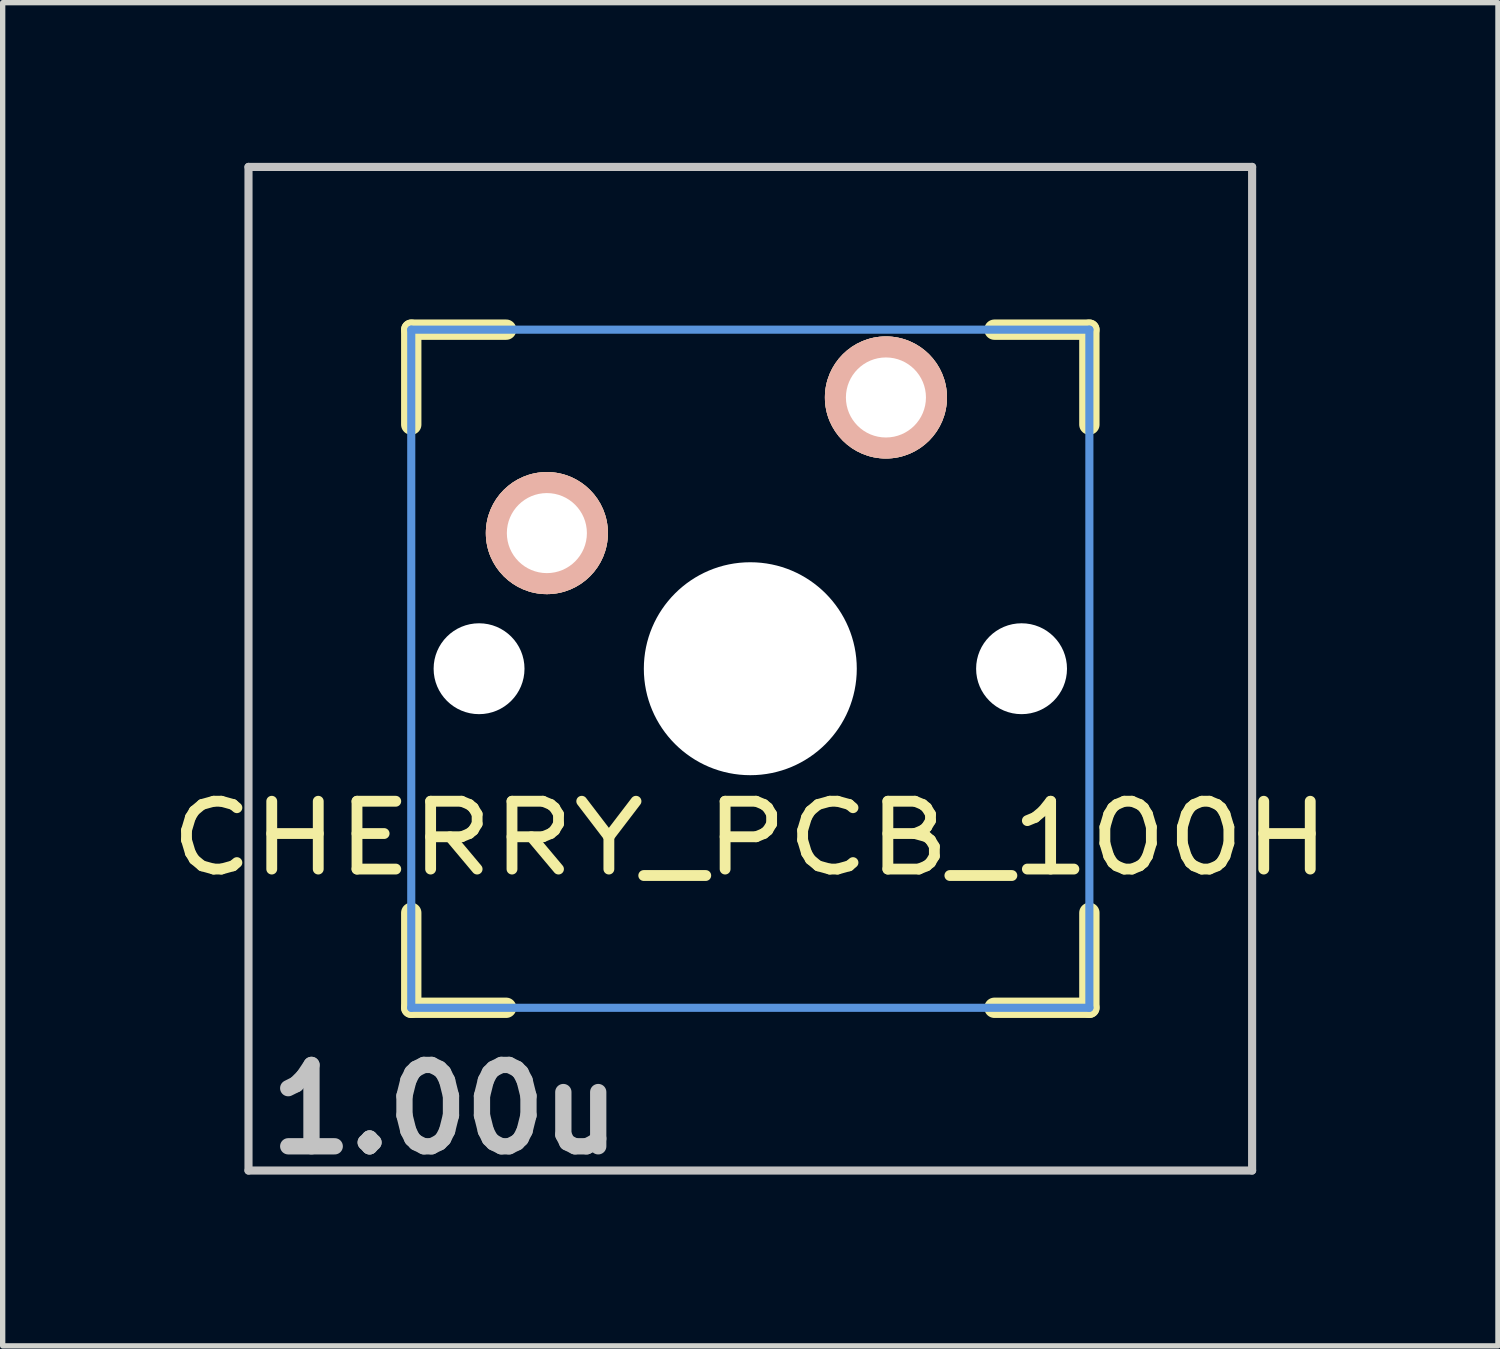
<source format=kicad_pcb>
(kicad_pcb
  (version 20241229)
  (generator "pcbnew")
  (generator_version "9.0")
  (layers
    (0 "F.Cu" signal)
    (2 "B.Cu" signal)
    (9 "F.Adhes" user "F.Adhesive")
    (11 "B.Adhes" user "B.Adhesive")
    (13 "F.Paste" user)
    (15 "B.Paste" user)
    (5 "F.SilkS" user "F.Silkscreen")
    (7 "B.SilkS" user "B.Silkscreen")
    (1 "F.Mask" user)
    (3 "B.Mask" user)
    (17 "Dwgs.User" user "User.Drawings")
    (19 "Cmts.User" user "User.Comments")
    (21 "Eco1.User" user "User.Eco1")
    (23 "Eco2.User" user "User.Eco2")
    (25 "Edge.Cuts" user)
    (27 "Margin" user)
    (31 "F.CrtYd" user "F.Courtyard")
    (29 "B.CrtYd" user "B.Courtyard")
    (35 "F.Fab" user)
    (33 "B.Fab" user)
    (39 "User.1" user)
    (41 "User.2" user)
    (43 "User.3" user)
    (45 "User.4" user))
  (footprint "CHERRY_PCB_100H"
    (layer "F.Cu")
    (at 11.002 9.474)
    (property "Reference" "CHERRY_PCB_100H" (at 0 3.175 0) (layer "F.SilkS") (effects (font (size 1.27 1.524) (thickness 0.203))))
    (attr through_hole)
    (fp_line (start -6.35 -6.35) (end -4.572 -6.35) (stroke (width 0.381) (type solid)) (layer "F.SilkS"))
    (fp_line (start -6.35 -4.572) (end -6.35 -6.35) (stroke (width 0.381) (type solid)) (layer "F.SilkS"))
    (fp_line (start -6.35 6.35) (end -6.35 4.572) (stroke (width 0.381) (type solid)) (layer "F.SilkS"))
    (fp_line (start -4.572 6.35) (end -6.35 6.35) (stroke (width 0.381) (type solid)) (layer "F.SilkS"))
    (fp_line (start 4.572 -6.35) (end 6.35 -6.35) (stroke (width 0.381) (type solid)) (layer "F.SilkS"))
    (fp_line (start 6.35 -6.35) (end 6.35 -4.572) (stroke (width 0.381) (type solid)) (layer "F.SilkS"))
    (fp_line (start 6.35 4.572) (end 6.35 6.35) (stroke (width 0.381) (type solid)) (layer "F.SilkS"))
    (fp_line (start 6.35 6.35) (end 4.572 6.35) (stroke (width 0.381) (type solid)) (layer "F.SilkS"))
    (fp_line (start -9.398 -9.398) (end 9.398 -9.398) (stroke (width 0.152) (type solid)) (layer "Dwgs.User"))
    (fp_line (start -9.398 9.398) (end -9.398 -9.398) (stroke (width 0.152) (type solid)) (layer "Dwgs.User"))
    (fp_line (start 9.398 -9.398) (end 9.398 9.398) (stroke (width 0.152) (type solid)) (layer "Dwgs.User"))
    (fp_line (start 9.398 9.398) (end -9.398 9.398) (stroke (width 0.152) (type solid)) (layer "Dwgs.User"))
    (fp_line (start -6.35 -6.35) (end 6.35 -6.35) (stroke (width 0.152) (type solid)) (layer "Cmts.User"))
    (fp_line (start -6.35 6.35) (end -6.35 -6.35) (stroke (width 0.152) (type solid)) (layer "Cmts.User"))
    (fp_line (start 6.35 -6.35) (end 6.35 6.35) (stroke (width 0.152) (type solid)) (layer "Cmts.User"))
    (fp_line (start 6.35 6.35) (end -6.35 6.35) (stroke (width 0.152) (type solid)) (layer "Cmts.User"))
    (fp_line (start -6.985 -6.985) (end 6.985 -6.985) (stroke (width 0.152) (type solid)) (layer "Eco2.User"))
    (fp_line (start -6.985 6.985) (end -6.985 -6.985) (stroke (width 0.152) (type solid)) (layer "Eco2.User"))
    (fp_line (start 6.985 -6.985) (end 6.985 6.985) (stroke (width 0.152) (type solid)) (layer "Eco2.User"))
    (fp_line (start 6.985 6.985) (end -6.985 6.985) (stroke (width 0.152) (type solid)) (layer "Eco2.User"))
    (fp_text user "1.00u" (at -5.715 8.255 0) (layer "Dwgs.User") (effects (font (size 1.524 1.524) (thickness 0.305))))
    (pad "" np_thru_hole circle (at -5.08 0) (size 1.702 1.702) (drill 1.702) (layers "*.Cu"))
    (pad "" np_thru_hole circle (at 0 0) (size 3.988 3.988) (drill 3.988) (layers "*.Cu"))
    (pad "" np_thru_hole circle (at 5.08 0) (size 1.702 1.702) (drill 1.702) (layers "*.Cu"))
    (pad "1" thru_hole circle (at 2.54 -5.08) (size 2.286 2.286) (drill 1.499) (layers "*.Cu" "*.SilkS" "*.Mask"))
    (pad "2" thru_hole circle (at -3.81 -2.54) (size 2.286 2.286) (drill 1.499) (layers "*.Cu" "*.SilkS" "*.Mask")))
  (gr_rect
    (start -3 -3)
    (end 25.004 22.156)
    (stroke (width 0.1) (type default))
    (fill no)
    (layer "Edge.Cuts")))
</source>
